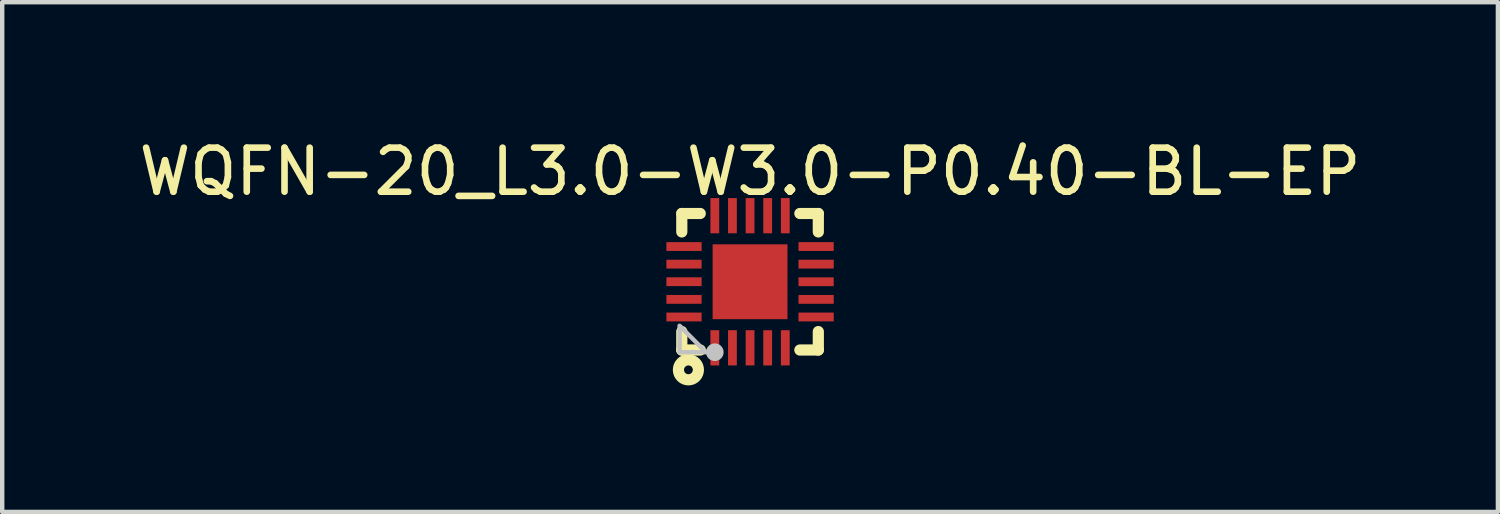
<source format=kicad_pcb>
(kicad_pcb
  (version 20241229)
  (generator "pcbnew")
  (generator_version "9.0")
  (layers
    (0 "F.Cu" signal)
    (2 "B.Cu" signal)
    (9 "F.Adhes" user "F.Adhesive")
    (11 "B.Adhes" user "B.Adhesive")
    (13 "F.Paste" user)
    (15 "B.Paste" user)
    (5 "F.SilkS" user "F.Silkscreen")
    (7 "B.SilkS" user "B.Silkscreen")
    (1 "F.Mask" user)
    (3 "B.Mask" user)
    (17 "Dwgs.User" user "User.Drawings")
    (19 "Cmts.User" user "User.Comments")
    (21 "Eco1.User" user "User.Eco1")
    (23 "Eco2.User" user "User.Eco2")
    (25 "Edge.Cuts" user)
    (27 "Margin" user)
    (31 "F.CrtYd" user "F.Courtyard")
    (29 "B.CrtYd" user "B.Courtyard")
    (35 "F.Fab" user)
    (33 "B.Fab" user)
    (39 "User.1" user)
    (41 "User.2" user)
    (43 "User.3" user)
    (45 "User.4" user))
  (footprint "WQFN-20_L3.0-W3.0-P0.40-BL-EP"
    (layer "F.Cu")
    (at 13.982 3.348)
    (property "Reference" "WQFN-20_L3.0-W3.0-P0.40-BL-EP" (at 0 -2.5 0) (layer "F.SilkS") (effects (font (size 1 1) (thickness 0.15))))
    (fp_line (start -1.55 -1.131) (end -1.55 -1.55) (stroke (width 0.254) (type default)) (layer "F.SilkS"))
    (fp_line (start -1.55 1.55) (end -1.55 1.131) (stroke (width 0.254) (type default)) (layer "F.SilkS"))
    (fp_line (start -1.55 1.55) (end -1.131 1.55) (stroke (width 0.254) (type default)) (layer "F.SilkS"))
    (fp_line (start -1.131 -1.55) (end -1.55 -1.55) (stroke (width 0.254) (type default)) (layer "F.SilkS"))
    (fp_line (start 1.131 1.55) (end 1.55 1.55) (stroke (width 0.254) (type default)) (layer "F.SilkS"))
    (fp_line (start 1.55 -1.55) (end 1.131 -1.55) (stroke (width 0.254) (type default)) (layer "F.SilkS"))
    (fp_line (start 1.55 -1.55) (end 1.55 -1.131) (stroke (width 0.254) (type default)) (layer "F.SilkS"))
    (fp_line (start 1.55 1.131) (end 1.55 1.55) (stroke (width 0.254) (type default)) (layer "F.SilkS"))
    (fp_circle (center -1.4 2) (end -1.3 2) (stroke (width 0.254) (type default)) (fill no) (layer "F.SilkS"))
    (fp_circle (center -0.8 1.6) (end -0.7 1.6) (stroke (width 0.2) (type default)) (fill no) (layer "Dwgs.User"))
    (fp_poly (pts (xy -1.6 1.6) (xy -1.6 1) (xy -1 1.6)) (stroke (width 0.1) (type default)) (fill no) (layer "Dwgs.User"))
    (fp_poly (pts (xy -1.5 -0.7) (xy -1.5 -0.9) (xy -1.1 -0.9) (xy -1.1 -0.7)) (stroke (width 0.1) (type default)) (fill no) (layer "User.1"))
    (fp_poly (pts (xy -1.5 -0.3) (xy -1.5 -0.5) (xy -1.1 -0.5) (xy -1.1 -0.3)) (stroke (width 0.1) (type default)) (fill no) (layer "User.1"))
    (fp_poly (pts (xy -1.5 0.1) (xy -1.5 -0.101) (xy -1.1 -0.101) (xy -1.1 0.1)) (stroke (width 0.1) (type default)) (fill no) (layer "User.1"))
    (fp_poly (pts (xy -1.5 0.5) (xy -1.5 0.3) (xy -1.1 0.3) (xy -1.1 0.5)) (stroke (width 0.1) (type default)) (fill no) (layer "User.1"))
    (fp_poly (pts (xy -1.5 0.9) (xy -1.5 0.7) (xy -1.1 0.7) (xy -1.1 0.9)) (stroke (width 0.1) (type default)) (fill no) (layer "User.1"))
    (fp_poly (pts (xy -0.85 0.85) (xy -0.85 -0.85) (xy 0.85 -0.85) (xy 0.85 0.85)) (stroke (width 0.1) (type default)) (fill no) (layer "User.1"))
    (fp_poly (pts (xy -0.7 -1.1) (xy -0.9 -1.1) (xy -0.9 -1.5) (xy -0.7 -1.5)) (stroke (width 0.1) (type default)) (fill no) (layer "User.1"))
    (fp_poly (pts (xy -0.7 1.5) (xy -0.9 1.5) (xy -0.9 1.1) (xy -0.7 1.1)) (stroke (width 0.1) (type default)) (fill no) (layer "User.1"))
    (fp_poly (pts (xy -0.3 -1.1) (xy -0.5 -1.1) (xy -0.5 -1.5) (xy -0.3 -1.5)) (stroke (width 0.1) (type default)) (fill no) (layer "User.1"))
    (fp_poly (pts (xy -0.3 1.5) (xy -0.5 1.5) (xy -0.5 1.1) (xy -0.3 1.1)) (stroke (width 0.1) (type default)) (fill no) (layer "User.1"))
    (fp_poly (pts (xy 0.1 -1.1) (xy -0.1 -1.1) (xy -0.1 -1.5) (xy 0.1 -1.5)) (stroke (width 0.1) (type default)) (fill no) (layer "User.1"))
    (fp_poly (pts (xy 0.1 1.5) (xy -0.1 1.5) (xy -0.1 1.1) (xy 0.1 1.1)) (stroke (width 0.1) (type default)) (fill no) (layer "User.1"))
    (fp_poly (pts (xy 0.5 -1.1) (xy 0.3 -1.1) (xy 0.3 -1.5) (xy 0.5 -1.5)) (stroke (width 0.1) (type default)) (fill no) (layer "User.1"))
    (fp_poly (pts (xy 0.5 1.5) (xy 0.3 1.5) (xy 0.3 1.1) (xy 0.5 1.1)) (stroke (width 0.1) (type default)) (fill no) (layer "User.1"))
    (fp_poly (pts (xy 0.9 -1.1) (xy 0.7 -1.1) (xy 0.7 -1.5) (xy 0.9 -1.5)) (stroke (width 0.1) (type default)) (fill no) (layer "User.1"))
    (fp_poly (pts (xy 0.9 1.5) (xy 0.7 1.5) (xy 0.7 1.1) (xy 0.9 1.1)) (stroke (width 0.1) (type default)) (fill no) (layer "User.1"))
    (fp_poly (pts (xy 1.5 -0.9) (xy 1.5 -0.7) (xy 1.1 -0.7) (xy 1.1 -0.9)) (stroke (width 0.1) (type default)) (fill no) (layer "User.1"))
    (fp_poly (pts (xy 1.5 -0.5) (xy 1.5 -0.3) (xy 1.1 -0.3) (xy 1.1 -0.5)) (stroke (width 0.1) (type default)) (fill no) (layer "User.1"))
    (fp_poly (pts (xy 1.5 -0.1) (xy 1.5 0.1) (xy 1.1 0.1) (xy 1.1 -0.1)) (stroke (width 0.1) (type default)) (fill no) (layer "User.1"))
    (fp_poly (pts (xy 1.5 0.3) (xy 1.5 0.5) (xy 1.1 0.5) (xy 1.1 0.3)) (stroke (width 0.1) (type default)) (fill no) (layer "User.1"))
    (fp_poly (pts (xy 1.5 0.7) (xy 1.5 0.9) (xy 1.1 0.9) (xy 1.1 0.7)) (stroke (width 0.1) (type default)) (fill no) (layer "User.1"))
    (fp_line (start -1.5 -1.5) (end 1.5 -1.5) (stroke (width 0.051) (type default)) (layer "User.2"))
    (fp_line (start -1.5 1.5) (end -1.5 -1.5) (stroke (width 0.051) (type default)) (layer "User.2"))
    (fp_line (start 1.5 -1.5) (end 1.5 1.5) (stroke (width 0.051) (type default)) (layer "User.2"))
    (fp_line (start 1.5 1.5) (end -1.5 1.5) (stroke (width 0.051) (type default)) (layer "User.2"))
    (fp_poly (pts (xy -1.44 1.5) (xy -1.458 1.458) (xy -1.5 1.44) (xy -1.542 1.458) (xy -1.56 1.5) (xy -1.542 1.542) (xy -1.5 1.56) (xy -1.458 1.542)) (stroke (width 0.1) (type default)) (fill no) (layer "User.3"))
    (pad "1" smd rect (at -0.8 1.5 180) (size 0.2 0.8) (layers "F.Cu" "F.Mask" "F.Paste"))
    (pad "2" smd rect (at -0.4 1.5 180) (size 0.2 0.8) (layers "F.Cu" "F.Mask" "F.Paste"))
    (pad "3" smd rect (at 0 1.5 180) (size 0.2 0.8) (layers "F.Cu" "F.Mask" "F.Paste"))
    (pad "4" smd rect (at 0.4 1.5 180) (size 0.2 0.8) (layers "F.Cu" "F.Mask" "F.Paste"))
    (pad "5" smd rect (at 0.8 1.5 180) (size 0.2 0.8) (layers "F.Cu" "F.Mask" "F.Paste"))
    (pad "6" smd rect (at 1.5 0.8 90) (size 0.2 0.8) (layers "F.Cu" "F.Mask" "F.Paste"))
    (pad "7" smd rect (at 1.5 0.4 90) (size 0.2 0.8) (layers "F.Cu" "F.Mask" "F.Paste"))
    (pad "8" smd rect (at 1.5 0 90) (size 0.2 0.8) (layers "F.Cu" "F.Mask" "F.Paste"))
    (pad "9" smd rect (at 1.5 -0.4 90) (size 0.2 0.8) (layers "F.Cu" "F.Mask" "F.Paste"))
    (pad "10" smd rect (at 1.5 -0.8 90) (size 0.2 0.8) (layers "F.Cu" "F.Mask" "F.Paste"))
    (pad "11" smd rect (at 0.8 -1.5 180) (size 0.2 0.8) (layers "F.Cu" "F.Mask" "F.Paste"))
    (pad "12" smd rect (at 0.4 -1.5 180) (size 0.2 0.8) (layers "F.Cu" "F.Mask" "F.Paste"))
    (pad "13" smd rect (at 0 -1.5 180) (size 0.2 0.8) (layers "F.Cu" "F.Mask" "F.Paste"))
    (pad "14" smd rect (at -0.4 -1.5 180) (size 0.2 0.8) (layers "F.Cu" "F.Mask" "F.Paste"))
    (pad "15" smd rect (at -0.8 -1.5 180) (size 0.2 0.8) (layers "F.Cu" "F.Mask" "F.Paste"))
    (pad "16" smd rect (at -1.5 -0.8 270) (size 0.2 0.8) (layers "F.Cu" "F.Mask" "F.Paste"))
    (pad "17" smd rect (at -1.5 -0.4 270) (size 0.2 0.8) (layers "F.Cu" "F.Mask" "F.Paste"))
    (pad "18" smd rect (at -1.5 -0.001 270) (size 0.2 0.8) (layers "F.Cu" "F.Mask" "F.Paste"))
    (pad "19" smd rect (at -1.5 0.4 270) (size 0.2 0.8) (layers "F.Cu" "F.Mask" "F.Paste"))
    (pad "20" smd rect (at -1.5 0.8 270) (size 0.2 0.8) (layers "F.Cu" "F.Mask" "F.Paste"))
    (pad "21" smd rect (at 0 0 270) (size 1.7 1.7) (layers "F.Cu" "F.Mask" "F.Paste")))
  (gr_rect
    (start -3 -3)
    (end 30.964 8.575)
    (stroke (width 0.1) (type default))
    (fill no)
    (layer "Edge.Cuts")))
</source>
